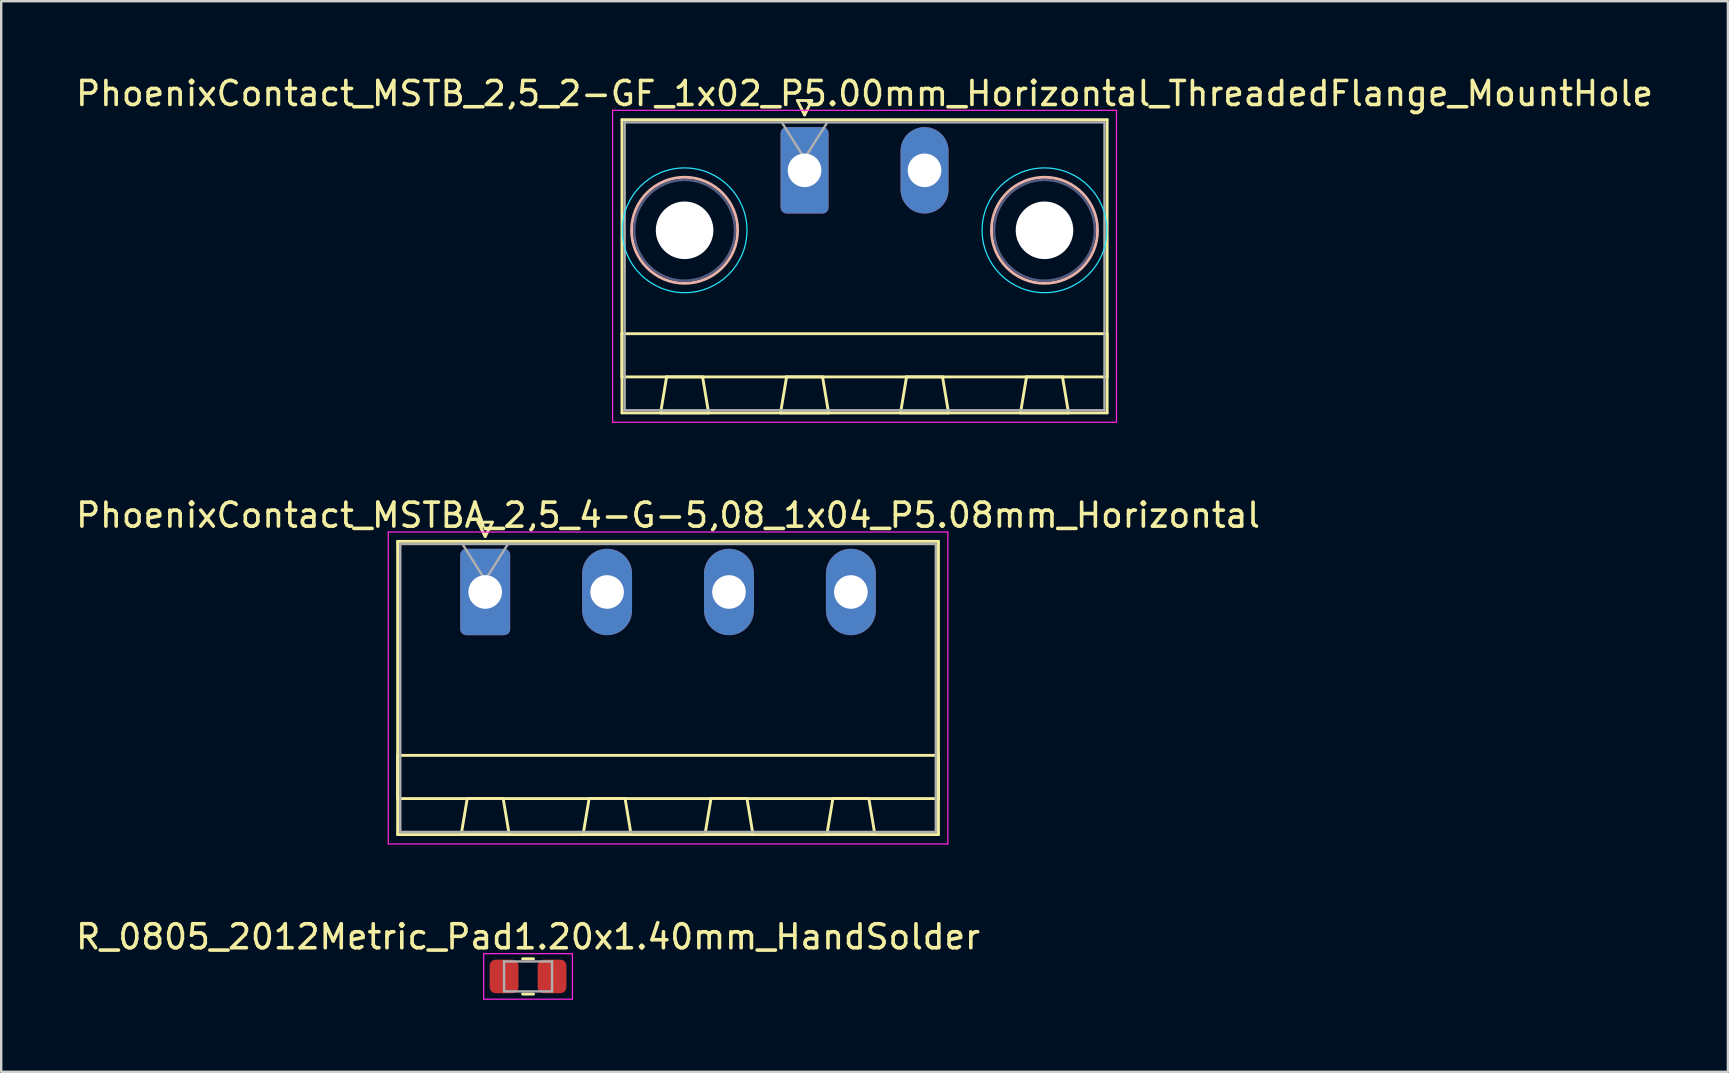
<source format=kicad_pcb>
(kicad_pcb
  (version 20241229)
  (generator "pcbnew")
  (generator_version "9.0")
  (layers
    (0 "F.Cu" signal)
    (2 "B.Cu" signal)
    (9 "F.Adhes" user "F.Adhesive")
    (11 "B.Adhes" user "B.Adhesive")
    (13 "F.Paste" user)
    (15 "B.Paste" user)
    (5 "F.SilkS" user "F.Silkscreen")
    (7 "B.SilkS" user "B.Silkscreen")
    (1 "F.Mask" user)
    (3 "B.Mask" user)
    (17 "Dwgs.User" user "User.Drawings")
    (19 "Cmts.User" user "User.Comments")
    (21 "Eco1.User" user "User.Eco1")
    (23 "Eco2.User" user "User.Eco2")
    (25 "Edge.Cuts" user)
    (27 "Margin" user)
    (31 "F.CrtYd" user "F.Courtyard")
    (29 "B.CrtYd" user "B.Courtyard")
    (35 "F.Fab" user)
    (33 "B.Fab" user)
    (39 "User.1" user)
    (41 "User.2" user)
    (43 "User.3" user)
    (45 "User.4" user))
  (footprint "PhoenixContact_MSTBA_2,5_4-G-5,08_1x04_P5.08mm_Horizontal"
    (layer "F.Cu")
    (at 17.172 21.622)
    (property "Reference" "PhoenixContact_MSTBA_2,5_4-G-5,08_1x04_P5.08mm_Horizontal" (at 7.62 -3.2 0) (layer "F.SilkS") (effects (font (size 1 1) (thickness 0.15))))
    (attr through_hole)
    (fp_line (start -3.65 -2.11) (end -3.65 10.11) (stroke (width 0.12) (type solid)) (layer "F.SilkS"))
    (fp_line (start -3.65 6.81) (end 18.89 6.81) (stroke (width 0.12) (type solid)) (layer "F.SilkS"))
    (fp_line (start -3.65 8.61) (end -3.65 6.81) (stroke (width 0.12) (type solid)) (layer "F.SilkS"))
    (fp_line (start -3.65 10.11) (end 18.89 10.11) (stroke (width 0.12) (type solid)) (layer "F.SilkS"))
    (fp_line (start -1 10.11) (end 1 10.11) (stroke (width 0.12) (type solid)) (layer "F.SilkS"))
    (fp_line (start -0.75 8.61) (end -1 10.11) (stroke (width 0.12) (type solid)) (layer "F.SilkS"))
    (fp_line (start -0.3 -2.91) (end 0.3 -2.91) (stroke (width 0.12) (type solid)) (layer "F.SilkS"))
    (fp_line (start 0 -2.31) (end -0.3 -2.91) (stroke (width 0.12) (type solid)) (layer "F.SilkS"))
    (fp_line (start 0.3 -2.91) (end 0 -2.31) (stroke (width 0.12) (type solid)) (layer "F.SilkS"))
    (fp_line (start 0.75 8.61) (end -0.75 8.61) (stroke (width 0.12) (type solid)) (layer "F.SilkS"))
    (fp_line (start 1 10.11) (end 0.75 8.61) (stroke (width 0.12) (type solid)) (layer "F.SilkS"))
    (fp_line (start 4.08 10.11) (end 6.08 10.11) (stroke (width 0.12) (type solid)) (layer "F.SilkS"))
    (fp_line (start 4.33 8.61) (end 4.08 10.11) (stroke (width 0.12) (type solid)) (layer "F.SilkS"))
    (fp_line (start 5.83 8.61) (end 4.33 8.61) (stroke (width 0.12) (type solid)) (layer "F.SilkS"))
    (fp_line (start 6.08 10.11) (end 5.83 8.61) (stroke (width 0.12) (type solid)) (layer "F.SilkS"))
    (fp_line (start 9.16 10.11) (end 11.16 10.11) (stroke (width 0.12) (type solid)) (layer "F.SilkS"))
    (fp_line (start 9.41 8.61) (end 9.16 10.11) (stroke (width 0.12) (type solid)) (layer "F.SilkS"))
    (fp_line (start 10.91 8.61) (end 9.41 8.61) (stroke (width 0.12) (type solid)) (layer "F.SilkS"))
    (fp_line (start 11.16 10.11) (end 10.91 8.61) (stroke (width 0.12) (type solid)) (layer "F.SilkS"))
    (fp_line (start 14.24 10.11) (end 16.24 10.11) (stroke (width 0.12) (type solid)) (layer "F.SilkS"))
    (fp_line (start 14.49 8.61) (end 14.24 10.11) (stroke (width 0.12) (type solid)) (layer "F.SilkS"))
    (fp_line (start 15.99 8.61) (end 14.49 8.61) (stroke (width 0.12) (type solid)) (layer "F.SilkS"))
    (fp_line (start 16.24 10.11) (end 15.99 8.61) (stroke (width 0.12) (type solid)) (layer "F.SilkS"))
    (fp_line (start 18.89 -2.11) (end -3.65 -2.11) (stroke (width 0.12) (type solid)) (layer "F.SilkS"))
    (fp_line (start 18.89 6.81) (end 18.89 8.61) (stroke (width 0.12) (type solid)) (layer "F.SilkS"))
    (fp_line (start 18.89 8.61) (end -3.65 8.61) (stroke (width 0.12) (type solid)) (layer "F.SilkS"))
    (fp_line (start 18.89 10.11) (end 18.89 -2.11) (stroke (width 0.12) (type solid)) (layer "F.SilkS"))
    (fp_line (start -4.04 -2.5) (end -4.04 10.5) (stroke (width 0.05) (type solid)) (layer "F.CrtYd"))
    (fp_line (start -4.04 10.5) (end 19.28 10.5) (stroke (width 0.05) (type solid)) (layer "F.CrtYd"))
    (fp_line (start 19.28 -2.5) (end -4.04 -2.5) (stroke (width 0.05) (type solid)) (layer "F.CrtYd"))
    (fp_line (start 19.28 10.5) (end 19.28 -2.5) (stroke (width 0.05) (type solid)) (layer "F.CrtYd"))
    (fp_line (start -3.54 -2) (end -3.54 10) (stroke (width 0.1) (type solid)) (layer "F.Fab"))
    (fp_line (start -3.54 10) (end 18.78 10) (stroke (width 0.1) (type solid)) (layer "F.Fab"))
    (fp_line (start 0 -0.5) (end -0.95 -2) (stroke (width 0.1) (type solid)) (layer "F.Fab"))
    (fp_line (start 0.95 -2) (end 0 -0.5) (stroke (width 0.1) (type solid)) (layer "F.Fab"))
    (fp_line (start 18.78 -2) (end -3.54 -2) (stroke (width 0.1) (type solid)) (layer "F.Fab"))
    (fp_line (start 18.78 10) (end 18.78 -2) (stroke (width 0.1) (type solid)) (layer "F.Fab"))
    (pad "1" thru_hole roundrect (at 0 0) (size 2.08 3.6) (drill 1.4) (layers "*.Cu" "*.Mask") (roundrect_rratio 0.12))
    (pad "2" thru_hole oval (at 5.08 0) (size 2.08 3.6) (drill 1.4) (layers "*.Cu" "*.Mask"))
    (pad "3" thru_hole oval (at 10.16 0) (size 2.08 3.6) (drill 1.4) (layers "*.Cu" "*.Mask"))
    (pad "4" thru_hole oval (at 15.24 0) (size 2.08 3.6) (drill 1.4) (layers "*.Cu" "*.Mask")))
  (footprint "R_0805_2012Metric_Pad1.20x1.40mm_HandSolder"
    (layer "F.Cu")
    (at 18.958 37.645)
    (property "Reference" "R_0805_2012Metric_Pad1.20x1.40mm_HandSolder" (at 0 -1.65 180) (layer "F.SilkS") (effects (font (size 1 1) (thickness 0.15))))
    (attr smd)
    (fp_line (start -0.227 -0.735) (end 0.227 -0.735) (stroke (width 0.12) (type solid)) (layer "F.SilkS"))
    (fp_line (start -0.227 0.735) (end 0.227 0.735) (stroke (width 0.12) (type solid)) (layer "F.SilkS"))
    (fp_line (start -1.85 -0.95) (end 1.85 -0.95) (stroke (width 0.05) (type solid)) (layer "F.CrtYd"))
    (fp_line (start -1.85 0.95) (end -1.85 -0.95) (stroke (width 0.05) (type solid)) (layer "F.CrtYd"))
    (fp_line (start 1.85 -0.95) (end 1.85 0.95) (stroke (width 0.05) (type solid)) (layer "F.CrtYd"))
    (fp_line (start 1.85 0.95) (end -1.85 0.95) (stroke (width 0.05) (type solid)) (layer "F.CrtYd"))
    (fp_line (start -1 -0.625) (end 1 -0.625) (stroke (width 0.1) (type solid)) (layer "F.Fab"))
    (fp_line (start -1 0.625) (end -1 -0.625) (stroke (width 0.1) (type solid)) (layer "F.Fab"))
    (fp_line (start 1 -0.625) (end 1 0.625) (stroke (width 0.1) (type solid)) (layer "F.Fab"))
    (fp_line (start 1 0.625) (end -1 0.625) (stroke (width 0.1) (type solid)) (layer "F.Fab"))
    (pad "1" smd roundrect (at -1 0) (size 1.2 1.4) (layers "F.Cu" "F.Mask" "F.Paste") (roundrect_rratio 0.208))
    (pad "2" smd roundrect (at 1 0) (size 1.2 1.4) (layers "F.Cu" "F.Mask" "F.Paste") (roundrect_rratio 0.208)))
  (footprint "PhoenixContact_MSTB_2,5_2-GF_1x02_P5.00mm_Horizontal_ThreadedFlange_MountHole"
    (layer "F.Cu")
    (at 30.482 4.048)
    (property "Reference" "PhoenixContact_MSTB_2,5_2-GF_1x02_P5.00mm_Horizontal_ThreadedFlange_MountHole" (at 2.5 -3.2 180) (layer "F.SilkS") (effects (font (size 1 1) (thickness 0.15))))
    (attr through_hole)
    (fp_line (start -7.61 -2.11) (end -7.61 10.11) (stroke (width 0.12) (type solid)) (layer "F.SilkS"))
    (fp_line (start -7.61 6.81) (end 12.61 6.81) (stroke (width 0.12) (type solid)) (layer "F.SilkS"))
    (fp_line (start -7.61 8.61) (end -7.61 6.81) (stroke (width 0.12) (type solid)) (layer "F.SilkS"))
    (fp_line (start -7.61 10.11) (end 12.61 10.11) (stroke (width 0.12) (type solid)) (layer "F.SilkS"))
    (fp_line (start -6 10.11) (end -4 10.11) (stroke (width 0.12) (type solid)) (layer "F.SilkS"))
    (fp_line (start -5.75 8.61) (end -6 10.11) (stroke (width 0.12) (type solid)) (layer "F.SilkS"))
    (fp_line (start -4.25 8.61) (end -5.75 8.61) (stroke (width 0.12) (type solid)) (layer "F.SilkS"))
    (fp_line (start -4 10.11) (end -4.25 8.61) (stroke (width 0.12) (type solid)) (layer "F.SilkS"))
    (fp_line (start -1 10.11) (end 1 10.11) (stroke (width 0.12) (type solid)) (layer "F.SilkS"))
    (fp_line (start -0.75 8.61) (end -1 10.11) (stroke (width 0.12) (type solid)) (layer "F.SilkS"))
    (fp_line (start -0.3 -2.91) (end 0.3 -2.91) (stroke (width 0.12) (type solid)) (layer "F.SilkS"))
    (fp_line (start 0 -2.31) (end -0.3 -2.91) (stroke (width 0.12) (type solid)) (layer "F.SilkS"))
    (fp_line (start 0.3 -2.91) (end 0 -2.31) (stroke (width 0.12) (type solid)) (layer "F.SilkS"))
    (fp_line (start 0.75 8.61) (end -0.75 8.61) (stroke (width 0.12) (type solid)) (layer "F.SilkS"))
    (fp_line (start 1 10.11) (end 0.75 8.61) (stroke (width 0.12) (type solid)) (layer "F.SilkS"))
    (fp_line (start 4 10.11) (end 6 10.11) (stroke (width 0.12) (type solid)) (layer "F.SilkS"))
    (fp_line (start 4.25 8.61) (end 4 10.11) (stroke (width 0.12) (type solid)) (layer "F.SilkS"))
    (fp_line (start 5.75 8.61) (end 4.25 8.61) (stroke (width 0.12) (type solid)) (layer "F.SilkS"))
    (fp_line (start 6 10.11) (end 5.75 8.61) (stroke (width 0.12) (type solid)) (layer "F.SilkS"))
    (fp_line (start 9 10.11) (end 11 10.11) (stroke (width 0.12) (type solid)) (layer "F.SilkS"))
    (fp_line (start 9.25 8.61) (end 9 10.11) (stroke (width 0.12) (type solid)) (layer "F.SilkS"))
    (fp_line (start 10.75 8.61) (end 9.25 8.61) (stroke (width 0.12) (type solid)) (layer "F.SilkS"))
    (fp_line (start 11 10.11) (end 10.75 8.61) (stroke (width 0.12) (type solid)) (layer "F.SilkS"))
    (fp_line (start 12.61 -2.11) (end -7.61 -2.11) (stroke (width 0.12) (type solid)) (layer "F.SilkS"))
    (fp_line (start 12.61 6.81) (end 12.61 8.61) (stroke (width 0.12) (type solid)) (layer "F.SilkS"))
    (fp_line (start 12.61 8.61) (end -7.61 8.61) (stroke (width 0.12) (type solid)) (layer "F.SilkS"))
    (fp_line (start 12.61 10.11) (end 12.61 -2.11) (stroke (width 0.12) (type solid)) (layer "F.SilkS"))
    (fp_circle (center -5 2.5) (end -2.79 2.5) (stroke (width 0.12) (type solid)) (fill no) (layer "B.SilkS"))
    (fp_circle (center 10 2.5) (end 12.21 2.5) (stroke (width 0.12) (type solid)) (fill no) (layer "B.SilkS"))
    (fp_circle (center -5 2.5) (end -2.4 2.5) (stroke (width 0.05) (type solid)) (fill no) (layer "B.CrtYd"))
    (fp_circle (center 10 2.5) (end 12.6 2.5) (stroke (width 0.05) (type solid)) (fill no) (layer "B.CrtYd"))
    (fp_line (start -8 -2.5) (end -8 10.5) (stroke (width 0.05) (type solid)) (layer "F.CrtYd"))
    (fp_line (start -8 10.5) (end 13 10.5) (stroke (width 0.05) (type solid)) (layer "F.CrtYd"))
    (fp_line (start 13 -2.5) (end -8 -2.5) (stroke (width 0.05) (type solid)) (layer "F.CrtYd"))
    (fp_line (start 13 10.5) (end 13 -2.5) (stroke (width 0.05) (type solid)) (layer "F.CrtYd"))
    (fp_circle (center -5 2.5) (end -2.9 2.5) (stroke (width 0.1) (type solid)) (fill no) (layer "B.Fab"))
    (fp_circle (center 10 2.5) (end 12.1 2.5) (stroke (width 0.1) (type solid)) (fill no) (layer "B.Fab"))
    (fp_line (start -7.5 -2) (end -7.5 10) (stroke (width 0.1) (type solid)) (layer "F.Fab"))
    (fp_line (start -7.5 10) (end 12.5 10) (stroke (width 0.1) (type solid)) (layer "F.Fab"))
    (fp_line (start 0 -0.5) (end -0.95 -2) (stroke (width 0.1) (type solid)) (layer "F.Fab"))
    (fp_line (start 0.95 -2) (end 0 -0.5) (stroke (width 0.1) (type solid)) (layer "F.Fab"))
    (fp_line (start 12.5 -2) (end -7.5 -2) (stroke (width 0.1) (type solid)) (layer "F.Fab"))
    (fp_line (start 12.5 10) (end 12.5 -2) (stroke (width 0.1) (type solid)) (layer "F.Fab"))
    (pad "" np_thru_hole circle (at -5 2.5) (size 2.4 2.4) (drill 2.4) (layers "*.Cu" "*.Mask"))
    (pad "" np_thru_hole circle (at 10 2.5) (size 2.4 2.4) (drill 2.4) (layers "*.Cu" "*.Mask"))
    (pad "1" thru_hole roundrect (at 0 0) (size 2 3.6) (drill 1.4) (layers "*.Cu" "*.Mask") (roundrect_rratio 0.125))
    (pad "2" thru_hole oval (at 5 0) (size 2 3.6) (drill 1.4) (layers "*.Cu" "*.Mask")))
  (gr_rect
    (start -3 -3)
    (end 68.964 41.62)
    (stroke (width 0.1) (type default))
    (fill no)
    (layer "Edge.Cuts")))
</source>
